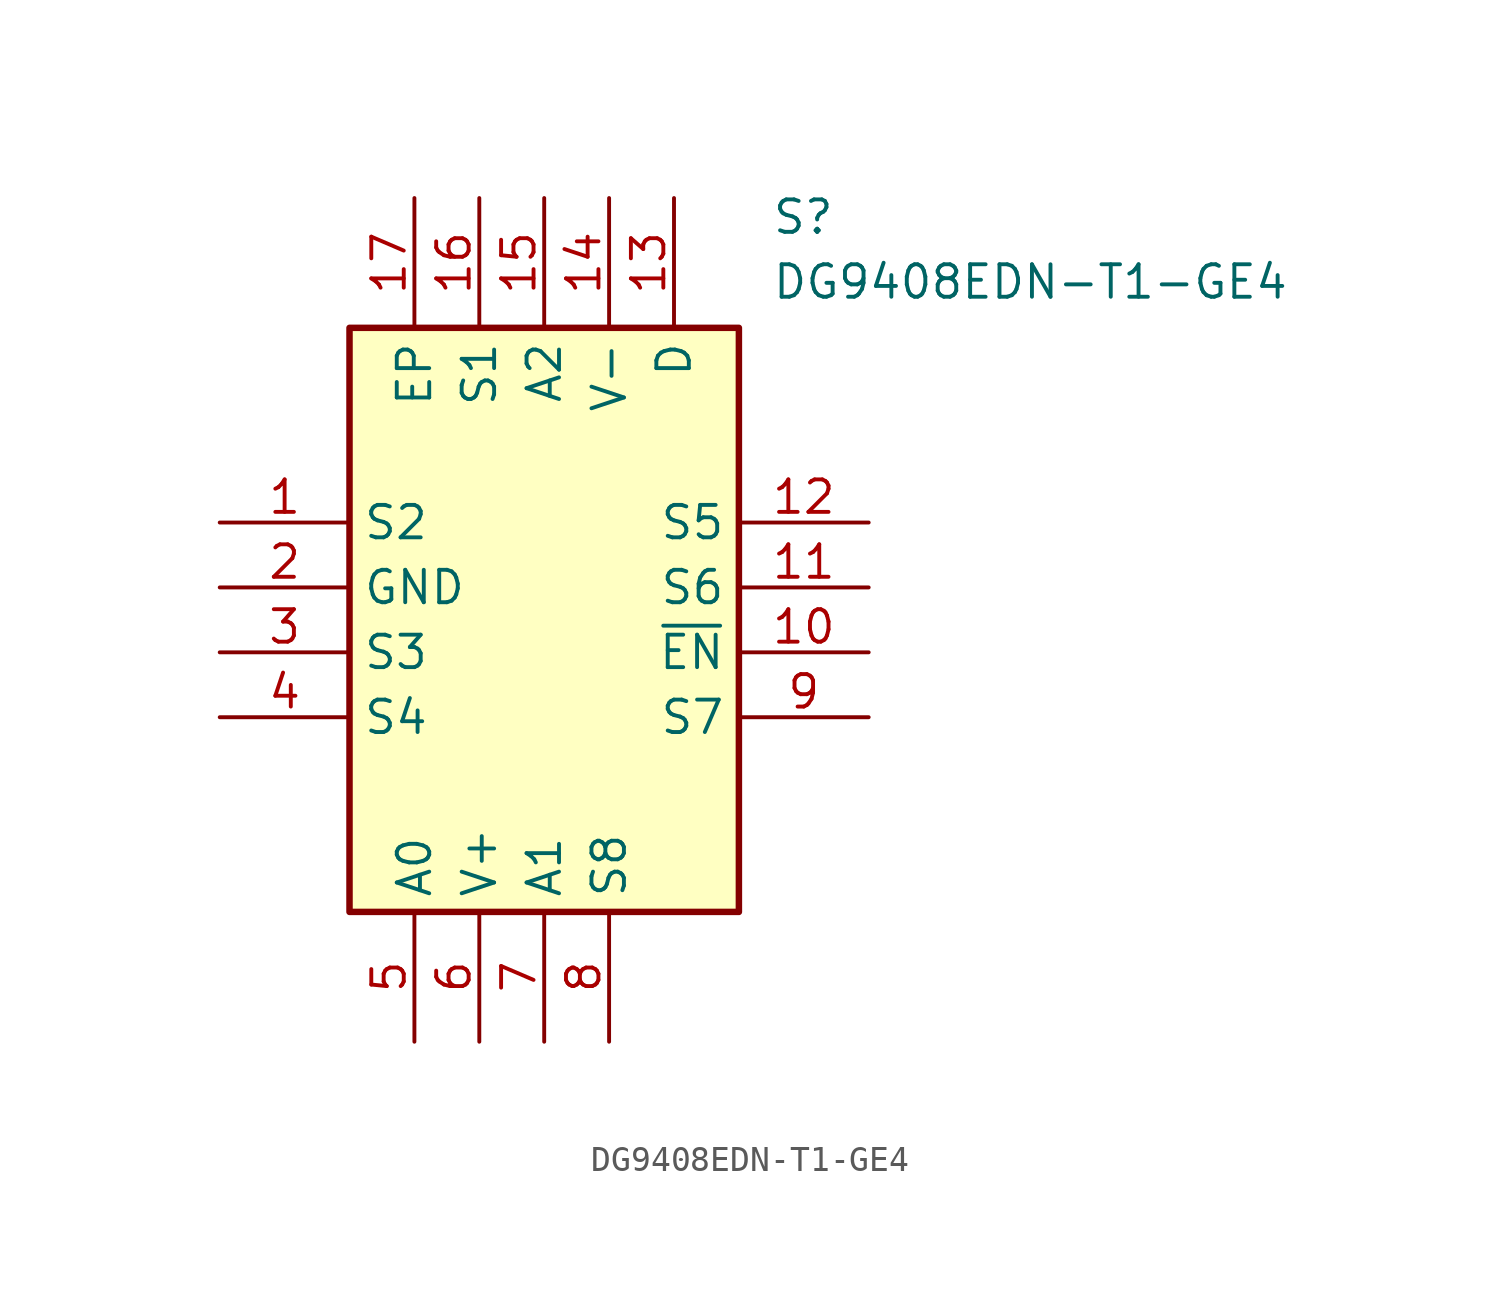
<source format=kicad_sym>
(kicad_symbol_lib
  (version 20241209)
  (generator "kicad_symbol_editor")
  (generator_version "9.0")
  (symbol "DG9408EDN-T1-GE4"
    (property "Reference" "S"
      (at 21.59 12.7 0)
      (effects (font (size 1.27 1.27)) (justify left top)))
    (property "Value" "DG9408EDN-T1-GE4"
      (at 21.59 10.16 0)
      (effects (font (size 1.27 1.27)) (justify left top)))
    (symbol "DG9408EDN-T1-GE4_1_1"
      (rectangle (start 5.08 7.62) (end 20.32 -15.24) (stroke (width 0.254) (type default)) (fill (type background)))
      (pin passive line (at 0 0 0) (length 5.08) (name "S2" (effects (font (size 1.27 1.27)))) (number "1" (effects (font (size 1.27 1.27)))))
      (pin passive line (at 0 -2.54 0) (length 5.08) (name "GND" (effects (font (size 1.27 1.27)))) (number "2" (effects (font (size 1.27 1.27)))))
      (pin passive line (at 0 -5.08 0) (length 5.08) (name "S3" (effects (font (size 1.27 1.27)))) (number "3" (effects (font (size 1.27 1.27)))))
      (pin passive line (at 0 -7.62 0) (length 5.08) (name "S4" (effects (font (size 1.27 1.27)))) (number "4" (effects (font (size 1.27 1.27)))))
      (pin passive line (at 7.62 12.7 270) (length 5.08) (name "EP" (effects (font (size 1.27 1.27)))) (number "17" (effects (font (size 1.27 1.27)))))
      (pin passive line (at 7.62 -20.32 90) (length 5.08) (name "A0" (effects (font (size 1.27 1.27)))) (number "5" (effects (font (size 1.27 1.27)))))
      (pin passive line (at 10.16 12.7 270) (length 5.08) (name "S1" (effects (font (size 1.27 1.27)))) (number "16" (effects (font (size 1.27 1.27)))))
      (pin passive line (at 10.16 -20.32 90) (length 5.08) (name "V+" (effects (font (size 1.27 1.27)))) (number "6" (effects (font (size 1.27 1.27)))))
      (pin passive line (at 12.7 12.7 270) (length 5.08) (name "A2" (effects (font (size 1.27 1.27)))) (number "15" (effects (font (size 1.27 1.27)))))
      (pin passive line (at 12.7 -20.32 90) (length 5.08) (name "A1" (effects (font (size 1.27 1.27)))) (number "7" (effects (font (size 1.27 1.27)))))
      (pin passive line (at 15.24 12.7 270) (length 5.08) (name "V-" (effects (font (size 1.27 1.27)))) (number "14" (effects (font (size 1.27 1.27)))))
      (pin passive line (at 15.24 -20.32 90) (length 5.08) (name "S8" (effects (font (size 1.27 1.27)))) (number "8" (effects (font (size 1.27 1.27)))))
      (pin passive line (at 17.78 12.7 270) (length 5.08) (name "D" (effects (font (size 1.27 1.27)))) (number "13" (effects (font (size 1.27 1.27)))))
      (pin passive line (at 25.4 0 180) (length 5.08) (name "S5" (effects (font (size 1.27 1.27)))) (number "12" (effects (font (size 1.27 1.27)))))
      (pin passive line (at 25.4 -2.54 180) (length 5.08) (name "S6" (effects (font (size 1.27 1.27)))) (number "11" (effects (font (size 1.27 1.27)))))
      (pin passive line (at 25.4 -5.08 180) (length 5.08) (name "~{EN}" (effects (font (size 1.27 1.27)))) (number "10" (effects (font (size 1.27 1.27)))))
      (pin passive line (at 25.4 -7.62 180) (length 5.08) (name "S7" (effects (font (size 1.27 1.27)))) (number "9" (effects (font (size 1.27 1.27))))))))
</source>
